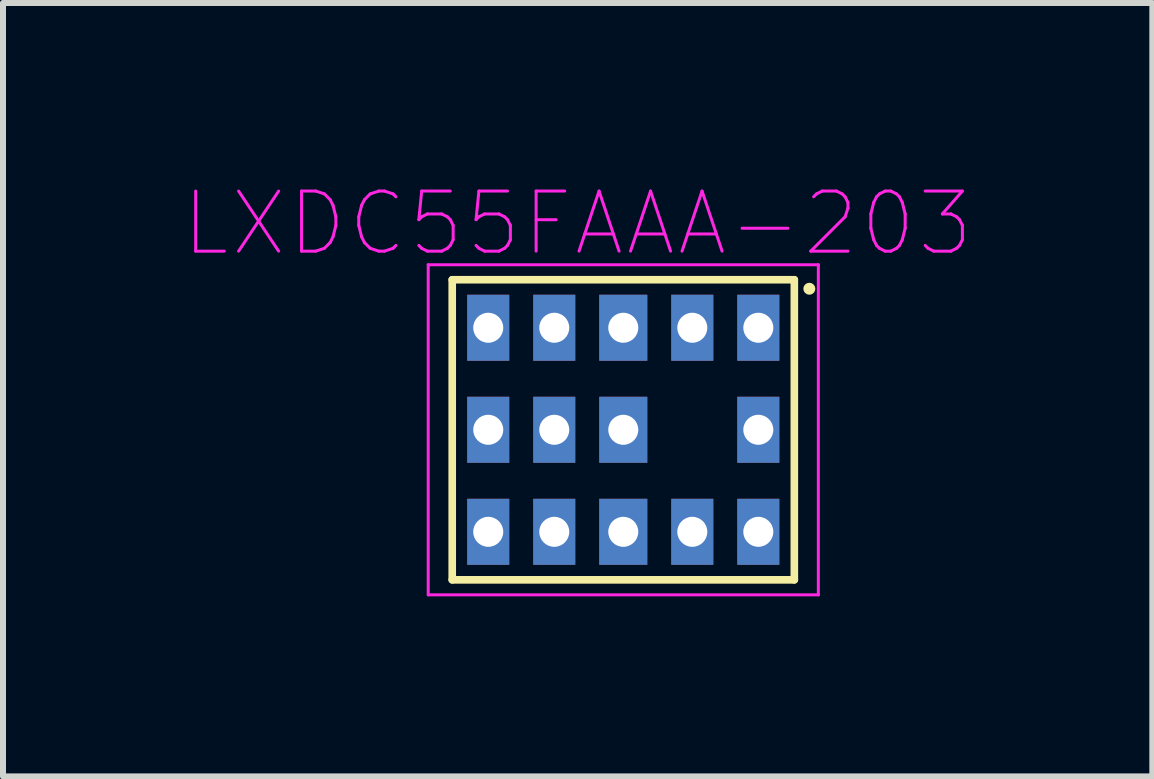
<source format=kicad_pcb>
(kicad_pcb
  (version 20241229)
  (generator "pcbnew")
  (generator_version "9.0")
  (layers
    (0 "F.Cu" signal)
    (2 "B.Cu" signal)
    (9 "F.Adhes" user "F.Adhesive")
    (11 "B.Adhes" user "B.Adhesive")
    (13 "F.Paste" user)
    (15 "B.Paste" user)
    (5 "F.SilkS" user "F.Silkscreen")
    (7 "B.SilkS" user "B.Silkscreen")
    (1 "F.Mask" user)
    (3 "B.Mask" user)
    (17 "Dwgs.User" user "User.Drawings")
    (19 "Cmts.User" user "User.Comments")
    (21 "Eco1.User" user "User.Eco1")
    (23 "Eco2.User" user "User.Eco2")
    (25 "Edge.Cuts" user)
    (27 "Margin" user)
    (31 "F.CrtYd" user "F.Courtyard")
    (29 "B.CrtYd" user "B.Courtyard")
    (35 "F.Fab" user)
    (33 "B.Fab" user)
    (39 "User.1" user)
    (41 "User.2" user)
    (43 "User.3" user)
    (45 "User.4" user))
  (footprint "LXDC55FAAA-203"
    (layer "F.Cu")
    (at 7.335 4.111)
    (property "Reference" "LXDC55FAAA-203" (at -0.761 -3.437 0) (layer "F.CrtYd") (effects (font (size 1.001 1.001) (thickness 0.05))))
    (attr smd)
    (fp_line (start -2.85 -2.5) (end 2.85 -2.5) (stroke (width 0.127) (type solid)) (layer "F.SilkS"))
    (fp_line (start -2.85 2.5) (end -2.85 -2.5) (stroke (width 0.127) (type solid)) (layer "F.SilkS"))
    (fp_line (start 2.85 -2.5) (end 2.85 2.5) (stroke (width 0.127) (type solid)) (layer "F.SilkS"))
    (fp_line (start 2.85 2.5) (end -2.85 2.5) (stroke (width 0.127) (type solid)) (layer "F.SilkS"))
    (fp_circle (center 3.1 -2.35) (end 3.15 -2.35) (stroke (width 0.1) (type solid)) (fill no) (layer "F.SilkS"))
    (fp_line (start -3.25 -2.75) (end 3.25 -2.75) (stroke (width 0.05) (type solid)) (layer "F.CrtYd"))
    (fp_line (start -3.25 2.75) (end -3.25 -2.75) (stroke (width 0.05) (type solid)) (layer "F.CrtYd"))
    (fp_line (start 3.25 -2.75) (end 3.25 2.75) (stroke (width 0.05) (type solid)) (layer "F.CrtYd"))
    (fp_line (start 3.25 2.75) (end -3.25 2.75) (stroke (width 0.05) (type solid)) (layer "F.CrtYd"))
    (pad "1" thru_hole rect (at 2.25 -1.7) (size 0.7 1.1) (drill 0.5) (layers "*.Cu" "*.Mask"))
    (pad "2" thru_hole rect (at 1.15 -1.7) (size 0.7 1.1) (drill 0.5) (layers "*.Cu" "*.Mask"))
    (pad "3" thru_hole rect (at 0 -1.7) (size 0.8 1.1) (drill 0.5) (layers "*.Cu" "*.Mask"))
    (pad "4" thru_hole rect (at -1.15 -1.7) (size 0.7 1.1) (drill 0.5) (layers "*.Cu" "*.Mask"))
    (pad "5" thru_hole rect (at -2.25 -1.7) (size 0.7 1.1) (drill 0.5) (layers "*.Cu" "*.Mask"))
    (pad "6" thru_hole rect (at -2.25 0) (size 0.7 1.1) (drill 0.5) (layers "*.Cu" "*.Mask"))
    (pad "7" thru_hole rect (at -2.25 1.7) (size 0.7 1.1) (drill 0.5) (layers "*.Cu" "*.Mask"))
    (pad "8" thru_hole rect (at -1.15 1.7) (size 0.7 1.1) (drill 0.5) (layers "*.Cu" "*.Mask"))
    (pad "9" thru_hole rect (at 0 1.7) (size 0.8 1.1) (drill 0.5) (layers "*.Cu" "*.Mask"))
    (pad "10" thru_hole rect (at 1.15 1.7) (size 0.7 1.1) (drill 0.5) (layers "*.Cu" "*.Mask"))
    (pad "11" thru_hole rect (at 2.25 1.7) (size 0.7 1.1) (drill 0.5) (layers "*.Cu" "*.Mask"))
    (pad "12" thru_hole rect (at 2.25 0) (size 0.7 1.1) (drill 0.5) (layers "*.Cu" "*.Mask"))
    (pad "13" thru_hole rect (at 0 0) (size 0.8 1.1) (drill 0.5) (layers "*.Cu" "*.Mask"))
    (pad "14" thru_hole rect (at -1.15 0) (size 0.7 1.1) (drill 0.5) (layers "*.Cu" "*.Mask")))
  (gr_rect
    (start -3 -3)
    (end 16.15 9.886)
    (stroke (width 0.1) (type default))
    (fill no)
    (layer "Edge.Cuts")))
</source>
